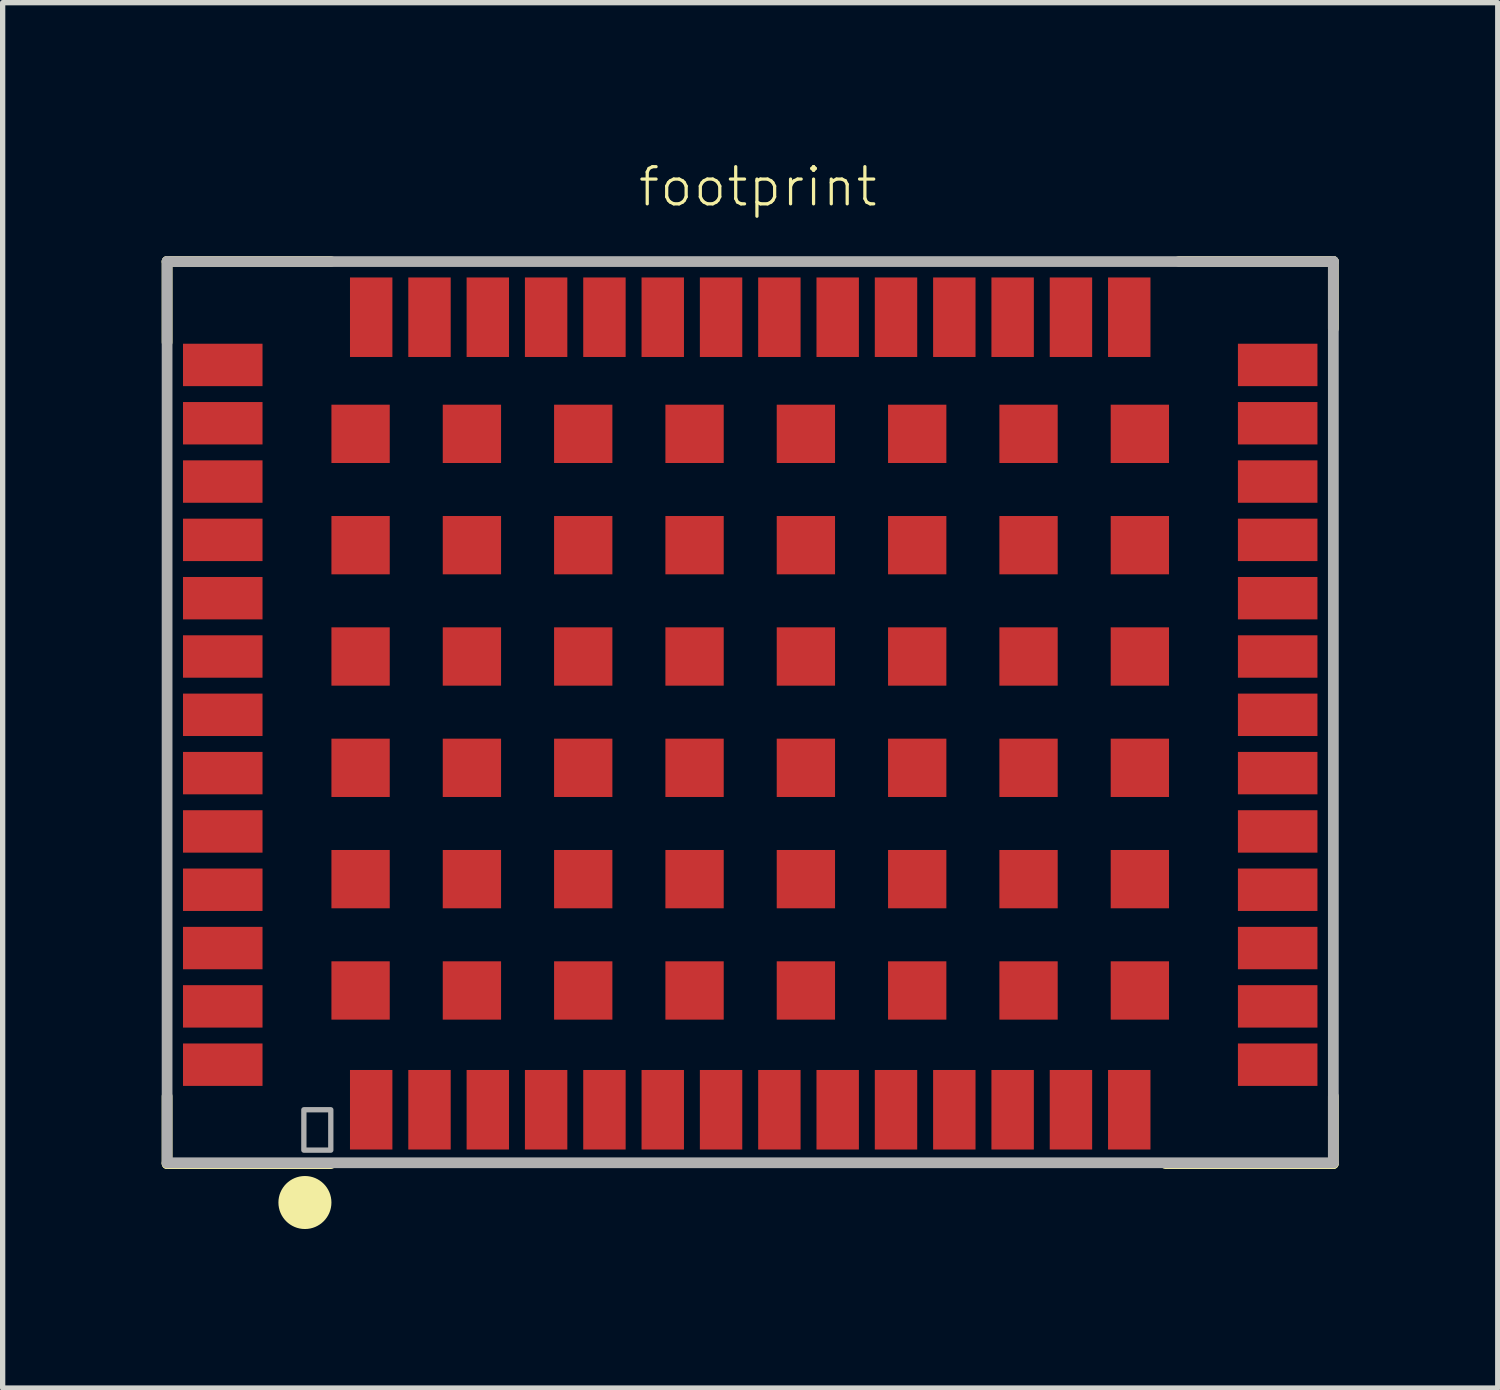
<source format=kicad_pcb>
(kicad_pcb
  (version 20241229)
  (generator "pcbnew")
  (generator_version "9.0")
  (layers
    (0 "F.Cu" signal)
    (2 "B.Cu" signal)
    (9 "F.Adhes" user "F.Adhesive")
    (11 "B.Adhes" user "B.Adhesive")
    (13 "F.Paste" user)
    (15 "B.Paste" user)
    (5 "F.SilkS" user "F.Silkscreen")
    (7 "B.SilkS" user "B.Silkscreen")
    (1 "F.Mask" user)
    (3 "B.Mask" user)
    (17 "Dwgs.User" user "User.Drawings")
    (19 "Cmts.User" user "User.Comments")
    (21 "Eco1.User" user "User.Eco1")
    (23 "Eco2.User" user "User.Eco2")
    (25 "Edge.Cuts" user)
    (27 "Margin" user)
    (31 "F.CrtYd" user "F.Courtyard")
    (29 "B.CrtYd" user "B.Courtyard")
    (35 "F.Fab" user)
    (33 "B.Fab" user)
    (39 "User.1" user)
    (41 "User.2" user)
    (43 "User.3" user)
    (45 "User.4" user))
  (footprint "footprint"
    (layer "F.Cu")
    (at 11.064 10.264)
    (property "Reference" "footprint" (at -2.112 -9.38 0) (layer "F.SilkS") (effects (font (size 0.701 0.701) (thickness 0.061)) (justify left bottom)))
    (fp_line (start -10.962 -8.382) (end -7.874 -8.382) (stroke (width 0.203) (type solid)) (layer "F.SilkS"))
    (fp_line (start -10.962 -6.858) (end -10.962 -8.382) (stroke (width 0.203) (type solid)) (layer "F.SilkS"))
    (fp_line (start -10.962 8.636) (end -10.962 7.366) (stroke (width 0.203) (type solid)) (layer "F.SilkS"))
    (fp_line (start -10.962 8.636) (end -7.874 8.636) (stroke (width 0.203) (type solid)) (layer "F.SilkS"))
    (fp_line (start 7.874 8.636) (end 11.038 8.636) (stroke (width 0.203) (type solid)) (layer "F.SilkS"))
    (fp_line (start 8.128 -8.382) (end 11.038 -8.382) (stroke (width 0.203) (type solid)) (layer "F.SilkS"))
    (fp_line (start 11.038 -8.382) (end 11.038 -7.112) (stroke (width 0.203) (type solid)) (layer "F.SilkS"))
    (fp_line (start 11.038 8.636) (end 11.038 7.366) (stroke (width 0.203) (type solid)) (layer "F.SilkS"))
    (fp_circle (center -8.362 9.37) (end -8.112 9.37) (stroke (width 0.5) (type solid)) (fill yes) (layer "F.SilkS"))
    (fp_line (start -10.962 -8.38) (end -10.962 8.62) (stroke (width 0.203) (type solid)) (layer "F.Fab"))
    (fp_line (start -10.962 8.62) (end 11.038 8.62) (stroke (width 0.203) (type solid)) (layer "F.Fab"))
    (fp_line (start 11.038 -8.38) (end -10.962 -8.38) (stroke (width 0.203) (type solid)) (layer "F.Fab"))
    (fp_line (start 11.038 8.62) (end 11.038 -8.38) (stroke (width 0.203) (type solid)) (layer "F.Fab"))
    (fp_poly (pts (xy -8.382 8.382) (xy -7.874 8.382) (xy -7.874 7.62) (xy -8.382 7.62)) (stroke (width 0.1) (type solid)) (fill no) (layer "F.Fab"))
    (pad "G1" smd rect (at -7.312 5.37) (size 1.1 1.1) (layers "F.Cu" "F.Mask" "F.Paste"))
    (pad "G2" smd rect (at -5.212 5.37) (size 1.1 1.1) (layers "F.Cu" "F.Mask" "F.Paste"))
    (pad "G3" smd rect (at -3.112 5.37) (size 1.1 1.1) (layers "F.Cu" "F.Mask" "F.Paste"))
    (pad "G4" smd rect (at -1.012 5.37) (size 1.1 1.1) (layers "F.Cu" "F.Mask" "F.Paste"))
    (pad "G5" smd rect (at 1.088 5.37) (size 1.1 1.1) (layers "F.Cu" "F.Mask" "F.Paste"))
    (pad "G6" smd rect (at 3.188 5.37) (size 1.1 1.1) (layers "F.Cu" "F.Mask" "F.Paste"))
    (pad "G7" smd rect (at 5.288 5.37) (size 1.1 1.1) (layers "F.Cu" "F.Mask" "F.Paste"))
    (pad "G8" smd rect (at 7.388 5.37) (size 1.1 1.1) (layers "F.Cu" "F.Mask" "F.Paste"))
    (pad "G9" smd rect (at 7.388 3.27) (size 1.1 1.1) (layers "F.Cu" "F.Mask" "F.Paste"))
    (pad "G10" smd rect (at 5.288 3.27) (size 1.1 1.1) (layers "F.Cu" "F.Mask" "F.Paste"))
    (pad "G11" smd rect (at 3.188 3.27) (size 1.1 1.1) (layers "F.Cu" "F.Mask" "F.Paste"))
    (pad "G12" smd rect (at 1.088 3.27) (size 1.1 1.1) (layers "F.Cu" "F.Mask" "F.Paste"))
    (pad "G13" smd rect (at -1.012 3.27) (size 1.1 1.1) (layers "F.Cu" "F.Mask" "F.Paste"))
    (pad "G14" smd rect (at -3.112 3.27) (size 1.1 1.1) (layers "F.Cu" "F.Mask" "F.Paste"))
    (pad "G15" smd rect (at -5.212 3.27) (size 1.1 1.1) (layers "F.Cu" "F.Mask" "F.Paste"))
    (pad "G16" smd rect (at -7.312 3.27) (size 1.1 1.1) (layers "F.Cu" "F.Mask" "F.Paste"))
    (pad "G17" smd rect (at -7.312 1.17) (size 1.1 1.1) (layers "F.Cu" "F.Mask" "F.Paste"))
    (pad "G18" smd rect (at -5.212 1.17) (size 1.1 1.1) (layers "F.Cu" "F.Mask" "F.Paste"))
    (pad "G19" smd rect (at -3.112 1.17) (size 1.1 1.1) (layers "F.Cu" "F.Mask" "F.Paste"))
    (pad "G20" smd rect (at -1.012 1.17) (size 1.1 1.1) (layers "F.Cu" "F.Mask" "F.Paste"))
    (pad "G21" smd rect (at 1.088 1.17) (size 1.1 1.1) (layers "F.Cu" "F.Mask" "F.Paste"))
    (pad "G22" smd rect (at 3.188 1.17) (size 1.1 1.1) (layers "F.Cu" "F.Mask" "F.Paste"))
    (pad "G23" smd rect (at 5.288 1.17) (size 1.1 1.1) (layers "F.Cu" "F.Mask" "F.Paste"))
    (pad "G24" smd rect (at 7.388 1.17) (size 1.1 1.1) (layers "F.Cu" "F.Mask" "F.Paste"))
    (pad "G25" smd rect (at 7.388 -0.93) (size 1.1 1.1) (layers "F.Cu" "F.Mask" "F.Paste"))
    (pad "G26" smd rect (at 5.288 -0.93) (size 1.1 1.1) (layers "F.Cu" "F.Mask" "F.Paste"))
    (pad "G27" smd rect (at 3.188 -0.93) (size 1.1 1.1) (layers "F.Cu" "F.Mask" "F.Paste"))
    (pad "G28" smd rect (at 1.088 -0.93) (size 1.1 1.1) (layers "F.Cu" "F.Mask" "F.Paste"))
    (pad "G29" smd rect (at -1.012 -0.93) (size 1.1 1.1) (layers "F.Cu" "F.Mask" "F.Paste"))
    (pad "G30" smd rect (at -3.112 -0.93) (size 1.1 1.1) (layers "F.Cu" "F.Mask" "F.Paste"))
    (pad "G31" smd rect (at -5.212 -0.93) (size 1.1 1.1) (layers "F.Cu" "F.Mask" "F.Paste"))
    (pad "G32" smd rect (at -7.312 -0.93) (size 1.1 1.1) (layers "F.Cu" "F.Mask" "F.Paste"))
    (pad "G33" smd rect (at -7.312 -3.03) (size 1.1 1.1) (layers "F.Cu" "F.Mask" "F.Paste"))
    (pad "G34" smd rect (at -5.212 -3.03) (size 1.1 1.1) (layers "F.Cu" "F.Mask" "F.Paste"))
    (pad "G35" smd rect (at -3.112 -3.03) (size 1.1 1.1) (layers "F.Cu" "F.Mask" "F.Paste"))
    (pad "G36" smd rect (at -1.012 -3.03) (size 1.1 1.1) (layers "F.Cu" "F.Mask" "F.Paste"))
    (pad "G37" smd rect (at 1.088 -3.03) (size 1.1 1.1) (layers "F.Cu" "F.Mask" "F.Paste"))
    (pad "G38" smd rect (at 3.188 -3.03) (size 1.1 1.1) (layers "F.Cu" "F.Mask" "F.Paste"))
    (pad "G39" smd rect (at 5.288 -3.03) (size 1.1 1.1) (layers "F.Cu" "F.Mask" "F.Paste"))
    (pad "G40" smd rect (at 7.388 -3.03) (size 1.1 1.1) (layers "F.Cu" "F.Mask" "F.Paste"))
    (pad "G41" smd rect (at 7.388 -5.13) (size 1.1 1.1) (layers "F.Cu" "F.Mask" "F.Paste"))
    (pad "G42" smd rect (at 5.288 -5.13) (size 1.1 1.1) (layers "F.Cu" "F.Mask" "F.Paste"))
    (pad "G43" smd rect (at 3.188 -5.13) (size 1.1 1.1) (layers "F.Cu" "F.Mask" "F.Paste"))
    (pad "G44" smd rect (at 1.088 -5.13) (size 1.1 1.1) (layers "F.Cu" "F.Mask" "F.Paste"))
    (pad "G45" smd rect (at -1.012 -5.13) (size 1.1 1.1) (layers "F.Cu" "F.Mask" "F.Paste"))
    (pad "G46" smd rect (at -3.112 -5.13) (size 1.1 1.1) (layers "F.Cu" "F.Mask" "F.Paste"))
    (pad "G47" smd rect (at -5.212 -5.13) (size 1.1 1.1) (layers "F.Cu" "F.Mask" "F.Paste"))
    (pad "G48" smd rect (at -7.312 -5.13) (size 1.1 1.1) (layers "F.Cu" "F.Mask" "F.Paste"))
    (pad "P1" smd rect (at -7.112 7.62) (size 0.8 1.5) (layers "F.Cu" "F.Mask" "F.Paste"))
    (pad "P2" smd rect (at -6.012 7.62) (size 0.8 1.5) (layers "F.Cu" "F.Mask" "F.Paste"))
    (pad "P3" smd rect (at -4.912 7.62) (size 0.8 1.5) (layers "F.Cu" "F.Mask" "F.Paste"))
    (pad "P4" smd rect (at -3.812 7.62) (size 0.8 1.5) (layers "F.Cu" "F.Mask" "F.Paste"))
    (pad "P5" smd rect (at -2.712 7.62) (size 0.8 1.5) (layers "F.Cu" "F.Mask" "F.Paste"))
    (pad "P6" smd rect (at -1.612 7.62) (size 0.8 1.5) (layers "F.Cu" "F.Mask" "F.Paste"))
    (pad "P7" smd rect (at -0.512 7.62) (size 0.8 1.5) (layers "F.Cu" "F.Mask" "F.Paste"))
    (pad "P8" smd rect (at 0.588 7.62) (size 0.8 1.5) (layers "F.Cu" "F.Mask" "F.Paste"))
    (pad "P9" smd rect (at 1.688 7.62) (size 0.8 1.5) (layers "F.Cu" "F.Mask" "F.Paste"))
    (pad "P10" smd rect (at 2.788 7.62) (size 0.8 1.5) (layers "F.Cu" "F.Mask" "F.Paste"))
    (pad "P11" smd rect (at 3.888 7.62) (size 0.8 1.5) (layers "F.Cu" "F.Mask" "F.Paste"))
    (pad "P12" smd rect (at 4.988 7.62) (size 0.8 1.5) (layers "F.Cu" "F.Mask" "F.Paste"))
    (pad "P13" smd rect (at 6.088 7.62) (size 0.8 1.5) (layers "F.Cu" "F.Mask" "F.Paste"))
    (pad "P14" smd rect (at 7.188 7.62) (size 0.8 1.5) (layers "F.Cu" "F.Mask" "F.Paste"))
    (pad "P15" smd rect (at 9.988 6.77 90) (size 0.8 1.5) (layers "F.Cu" "F.Mask" "F.Paste"))
    (pad "P16" smd rect (at 9.988 5.67 90) (size 0.8 1.5) (layers "F.Cu" "F.Mask" "F.Paste"))
    (pad "P17" smd rect (at 9.988 4.57 90) (size 0.8 1.5) (layers "F.Cu" "F.Mask" "F.Paste"))
    (pad "P18" smd rect (at 9.988 3.47 90) (size 0.8 1.5) (layers "F.Cu" "F.Mask" "F.Paste"))
    (pad "P19" smd rect (at 9.988 2.37 90) (size 0.8 1.5) (layers "F.Cu" "F.Mask" "F.Paste"))
    (pad "P20" smd rect (at 9.988 1.27 90) (size 0.8 1.5) (layers "F.Cu" "F.Mask" "F.Paste"))
    (pad "P21" smd rect (at 9.988 0.17 90) (size 0.8 1.5) (layers "F.Cu" "F.Mask" "F.Paste"))
    (pad "P22" smd rect (at 9.988 -0.93 90) (size 0.8 1.5) (layers "F.Cu" "F.Mask" "F.Paste"))
    (pad "P23" smd rect (at 9.988 -2.03 90) (size 0.8 1.5) (layers "F.Cu" "F.Mask" "F.Paste"))
    (pad "P24" smd rect (at 9.988 -3.13 90) (size 0.8 1.5) (layers "F.Cu" "F.Mask" "F.Paste"))
    (pad "P25" smd rect (at 9.988 -4.23 90) (size 0.8 1.5) (layers "F.Cu" "F.Mask" "F.Paste"))
    (pad "P26" smd rect (at 9.988 -5.33 90) (size 0.8 1.5) (layers "F.Cu" "F.Mask" "F.Paste"))
    (pad "P27" smd rect (at 9.988 -6.43 90) (size 0.8 1.5) (layers "F.Cu" "F.Mask" "F.Paste"))
    (pad "P28" smd rect (at 7.188 -7.33) (size 0.8 1.5) (layers "F.Cu" "F.Mask" "F.Paste"))
    (pad "P29" smd rect (at 6.088 -7.33) (size 0.8 1.5) (layers "F.Cu" "F.Mask" "F.Paste"))
    (pad "P30" smd rect (at 4.988 -7.33) (size 0.8 1.5) (layers "F.Cu" "F.Mask" "F.Paste"))
    (pad "P31" smd rect (at 3.888 -7.33) (size 0.8 1.5) (layers "F.Cu" "F.Mask" "F.Paste"))
    (pad "P32" smd rect (at 2.788 -7.33) (size 0.8 1.5) (layers "F.Cu" "F.Mask" "F.Paste"))
    (pad "P33" smd rect (at 1.688 -7.33) (size 0.8 1.5) (layers "F.Cu" "F.Mask" "F.Paste"))
    (pad "P34" smd rect (at 0.588 -7.33) (size 0.8 1.5) (layers "F.Cu" "F.Mask" "F.Paste"))
    (pad "P35" smd rect (at -0.512 -7.33) (size 0.8 1.5) (layers "F.Cu" "F.Mask" "F.Paste"))
    (pad "P36" smd rect (at -1.612 -7.33) (size 0.8 1.5) (layers "F.Cu" "F.Mask" "F.Paste"))
    (pad "P37" smd rect (at -2.712 -7.33) (size 0.8 1.5) (layers "F.Cu" "F.Mask" "F.Paste"))
    (pad "P38" smd rect (at -3.812 -7.33) (size 0.8 1.5) (layers "F.Cu" "F.Mask" "F.Paste"))
    (pad "P39" smd rect (at -4.912 -7.33) (size 0.8 1.5) (layers "F.Cu" "F.Mask" "F.Paste"))
    (pad "P40" smd rect (at -6.012 -7.33) (size 0.8 1.5) (layers "F.Cu" "F.Mask" "F.Paste"))
    (pad "P41" smd rect (at -7.112 -7.33) (size 0.8 1.5) (layers "F.Cu" "F.Mask" "F.Paste"))
    (pad "P42" smd rect (at -9.912 -6.43 270) (size 0.8 1.5) (layers "F.Cu" "F.Mask" "F.Paste"))
    (pad "P43" smd rect (at -9.912 -5.33 270) (size 0.8 1.5) (layers "F.Cu" "F.Mask" "F.Paste"))
    (pad "P44" smd rect (at -9.912 -4.23 270) (size 0.8 1.5) (layers "F.Cu" "F.Mask" "F.Paste"))
    (pad "P45" smd rect (at -9.912 -3.13 270) (size 0.8 1.5) (layers "F.Cu" "F.Mask" "F.Paste"))
    (pad "P46" smd rect (at -9.912 -2.03 270) (size 0.8 1.5) (layers "F.Cu" "F.Mask" "F.Paste"))
    (pad "P47" smd rect (at -9.912 -0.93 270) (size 0.8 1.5) (layers "F.Cu" "F.Mask" "F.Paste"))
    (pad "P48" smd rect (at -9.912 0.17 270) (size 0.8 1.5) (layers "F.Cu" "F.Mask" "F.Paste"))
    (pad "P49" smd rect (at -9.912 1.27 270) (size 0.8 1.5) (layers "F.Cu" "F.Mask" "F.Paste"))
    (pad "P50" smd rect (at -9.912 2.37 270) (size 0.8 1.5) (layers "F.Cu" "F.Mask" "F.Paste"))
    (pad "P51" smd rect (at -9.912 3.47 270) (size 0.8 1.5) (layers "F.Cu" "F.Mask" "F.Paste"))
    (pad "P52" smd rect (at -9.912 4.57 270) (size 0.8 1.5) (layers "F.Cu" "F.Mask" "F.Paste"))
    (pad "P53" smd rect (at -9.912 5.67 270) (size 0.8 1.5) (layers "F.Cu" "F.Mask" "F.Paste"))
    (pad "P54" smd rect (at -9.912 6.77 270) (size 0.8 1.5) (layers "F.Cu" "F.Mask" "F.Paste")))
  (gr_rect
    (start -3 -3)
    (end 25.203 23.134)
    (stroke (width 0.1) (type default))
    (fill no)
    (layer "Edge.Cuts")))
</source>
